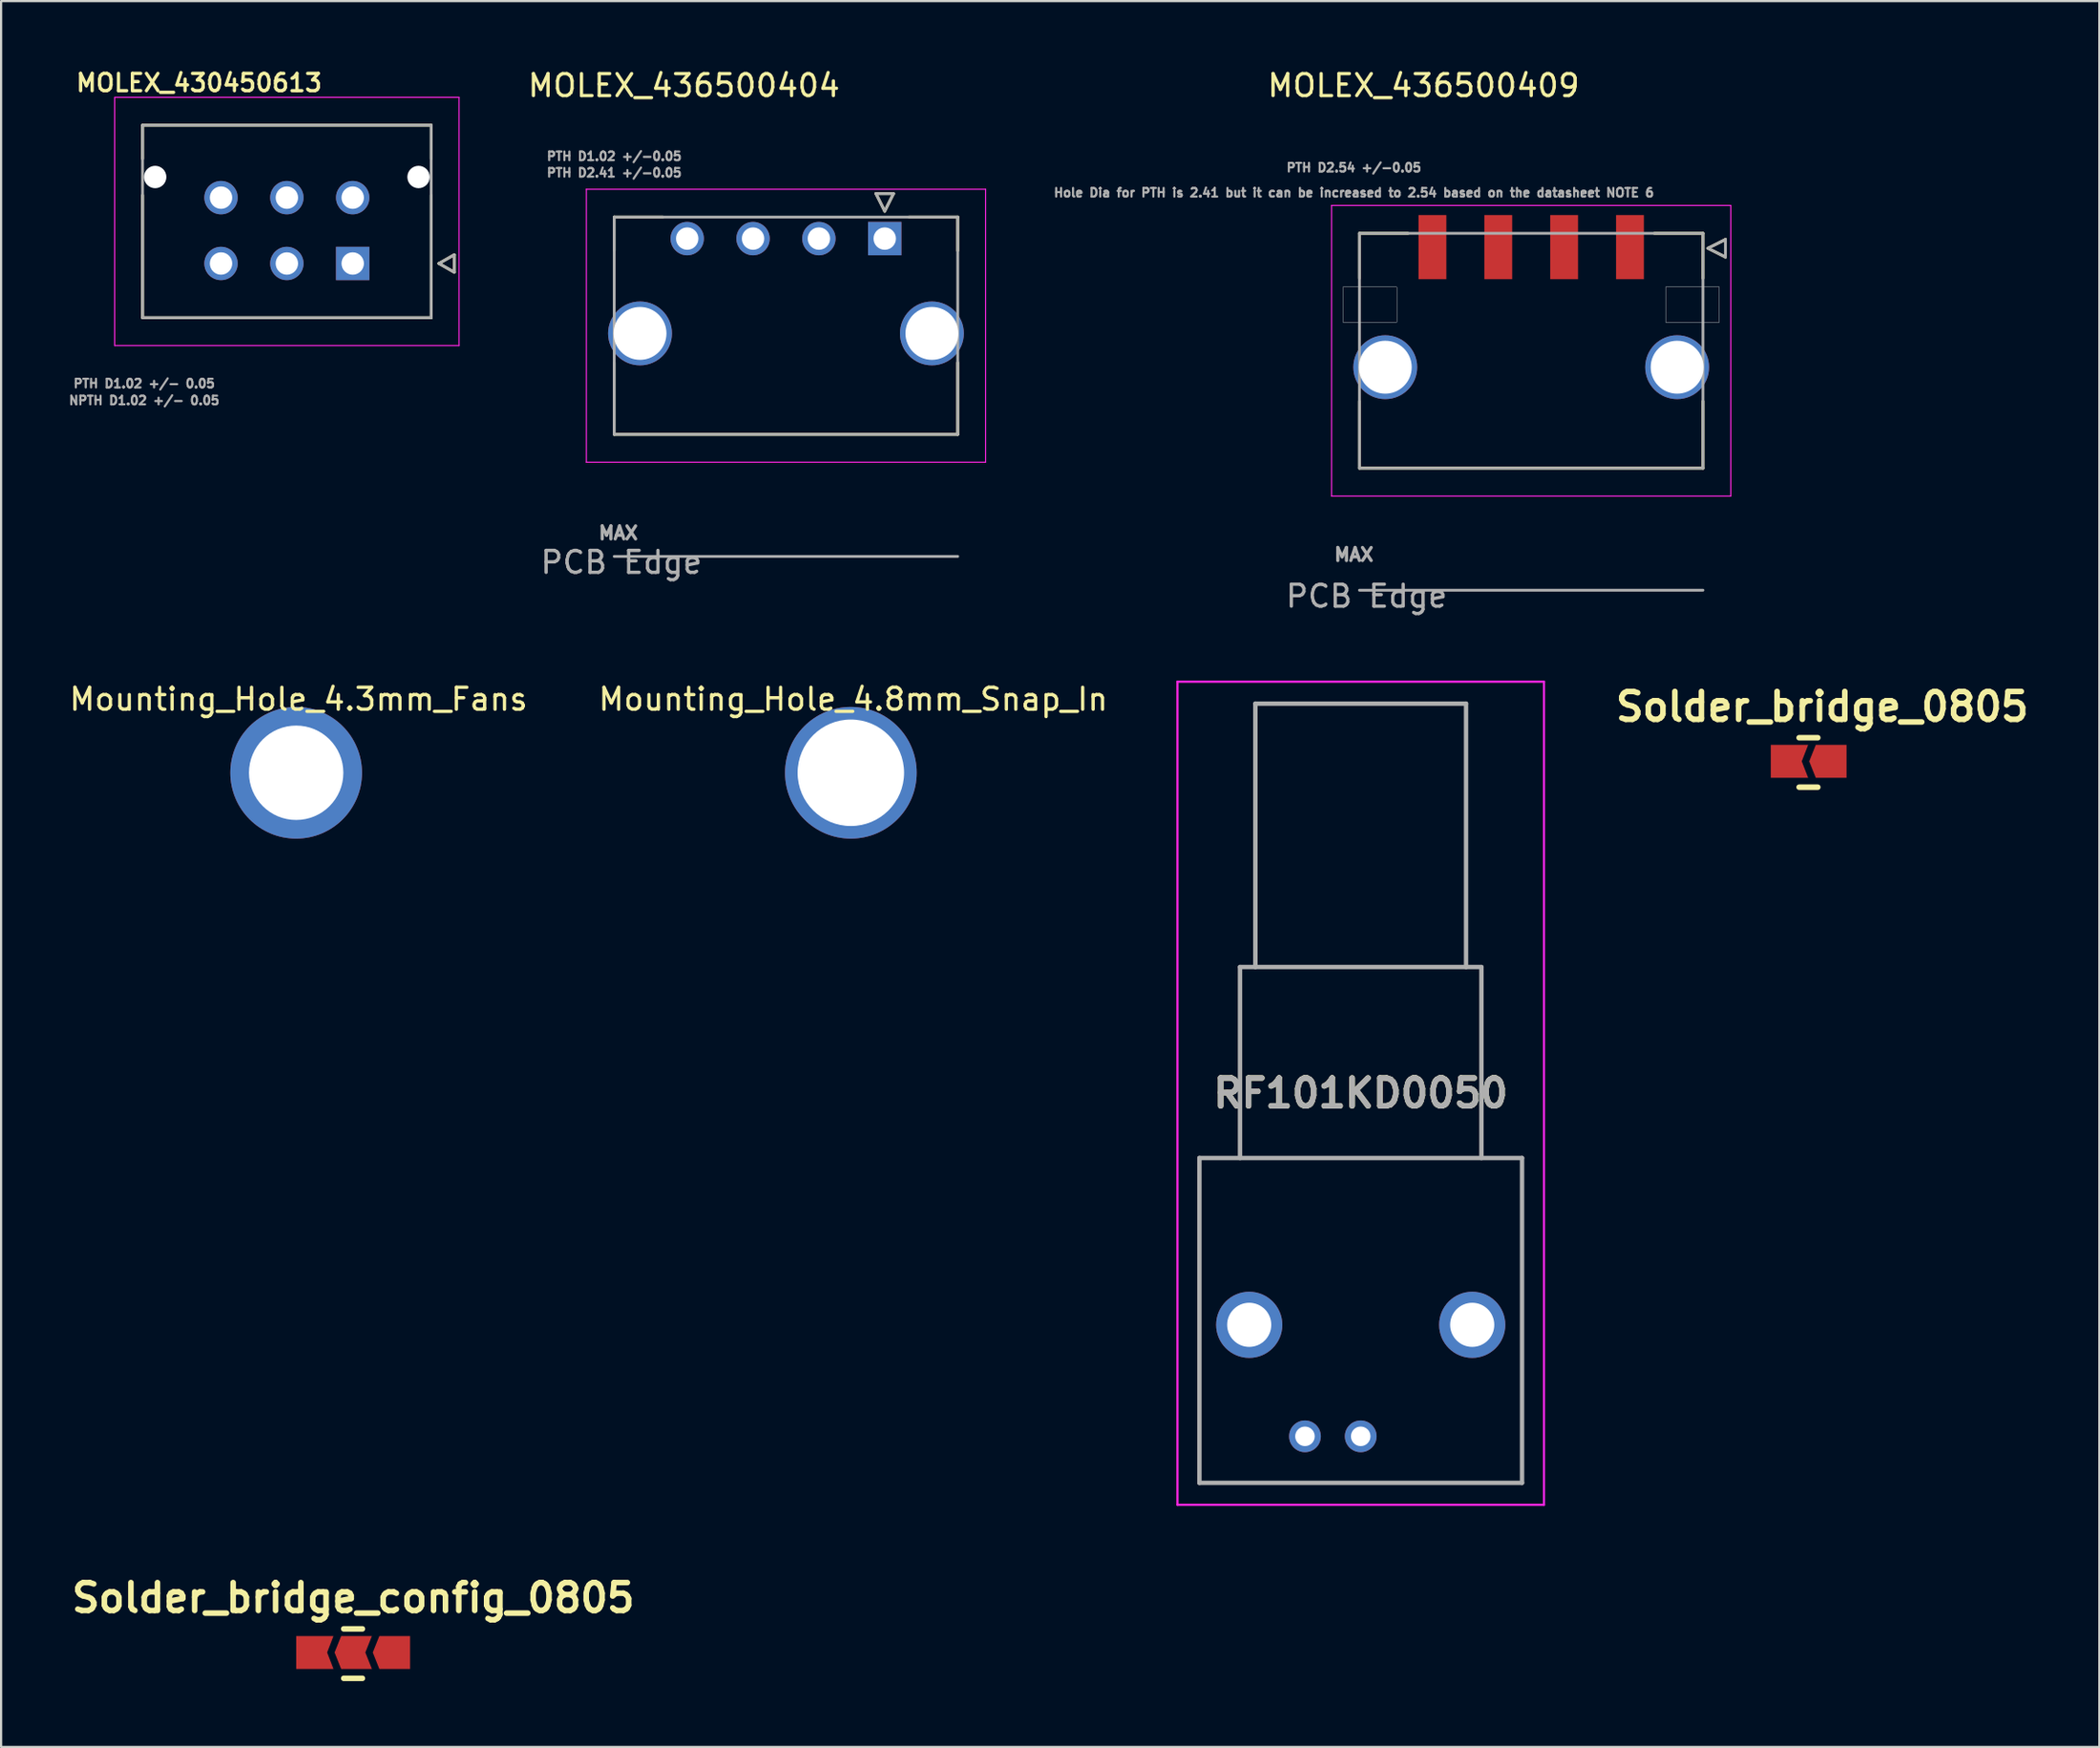
<source format=kicad_pcb>
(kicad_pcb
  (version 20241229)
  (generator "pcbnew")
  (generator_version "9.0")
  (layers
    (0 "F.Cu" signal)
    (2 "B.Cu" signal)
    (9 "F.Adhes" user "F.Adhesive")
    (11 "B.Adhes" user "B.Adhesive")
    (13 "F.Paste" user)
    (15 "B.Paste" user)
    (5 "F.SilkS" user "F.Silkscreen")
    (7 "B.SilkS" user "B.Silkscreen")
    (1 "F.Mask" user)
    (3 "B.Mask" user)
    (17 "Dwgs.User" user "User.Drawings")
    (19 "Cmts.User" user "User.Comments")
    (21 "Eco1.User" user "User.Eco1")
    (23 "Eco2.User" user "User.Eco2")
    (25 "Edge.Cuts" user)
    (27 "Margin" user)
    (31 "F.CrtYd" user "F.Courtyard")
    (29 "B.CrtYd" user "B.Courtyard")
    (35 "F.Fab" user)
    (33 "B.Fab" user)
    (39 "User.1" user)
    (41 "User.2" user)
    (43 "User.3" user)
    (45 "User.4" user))
  (footprint "Mounting_Hole_4.3mm_Fans"
    (layer "F.Cu")
    (at 10.444 32.147)
    (property "Reference" "Mounting_Hole_4.3mm_Fans" (at 0.11 -3.34 0) (layer "F.SilkS") (effects (font (size 1 1) (thickness 0.15))))
    (attr through_hole)
    (pad "1" thru_hole circle (at 0 0.01) (size 6 6) (drill 4.3) (layers "*.Cu" "*.Mask")))
  (footprint "MOLEX_436500409"
    (layer "F.Cu")
    (at 66.716 13.33)
    (property "Reference" "MOLEX_436500409" (at -4.904 -12.482 0) (layer "F.SilkS") (effects (font (size 1 1) (thickness 0.15))))
    (attr smd)
    (fp_circle (center -6.65 0.35) (end -5.884 0.35) (stroke (width 1.531) (type solid)) (fill no) (layer "F.Mask"))
    (fp_circle (center 6.65 0.35) (end 7.416 0.35) (stroke (width 1.531) (type solid)) (fill no) (layer "F.Mask"))
    (fp_poly (pts (xy -5.211 -6.656) (xy -3.789 -6.656) (xy -3.789 -3.584) (xy -5.211 -3.584)) (stroke (width 0.01) (type solid)) (fill yes) (layer "F.Mask"))
    (fp_poly (pts (xy -2.211 -6.656) (xy -0.789 -6.656) (xy -0.789 -3.584) (xy -2.211 -3.584)) (stroke (width 0.01) (type solid)) (fill yes) (layer "F.Mask"))
    (fp_poly (pts (xy 0.789 -6.656) (xy 2.211 -6.656) (xy 2.211 -3.584) (xy 0.789 -3.584)) (stroke (width 0.01) (type solid)) (fill yes) (layer "F.Mask"))
    (fp_poly (pts (xy 3.789 -6.656) (xy 5.211 -6.656) (xy 5.211 -3.584) (xy 3.789 -3.584)) (stroke (width 0.01) (type solid)) (fill yes) (layer "F.Mask"))
    (fp_circle (center -6.65 0.35) (end -5.884 0.35) (stroke (width 1.531) (type solid)) (fill no) (layer "B.Mask"))
    (fp_circle (center 6.65 0.35) (end 7.416 0.35) (stroke (width 1.531) (type solid)) (fill no) (layer "B.Mask"))
    (fp_line (start -7.825 -5.75) (end -7.825 -3.7) (stroke (width 0.127) (type solid)) (layer "F.SilkS"))
    (fp_line (start -7.825 -5.75) (end -5.61 -5.75) (stroke (width 0.127) (type solid)) (layer "F.SilkS"))
    (fp_line (start -7.825 1.9) (end -7.825 4.95) (stroke (width 0.127) (type solid)) (layer "F.SilkS"))
    (fp_line (start 7.825 -5.75) (end 5.61 -5.75) (stroke (width 0.127) (type solid)) (layer "F.SilkS"))
    (fp_line (start 7.825 -5.75) (end 7.825 -3.7) (stroke (width 0.127) (type solid)) (layer "F.SilkS"))
    (fp_line (start 7.825 4.95) (end -7.825 4.95) (stroke (width 0.127) (type solid)) (layer "F.SilkS"))
    (fp_line (start 7.825 4.95) (end 7.825 1.9) (stroke (width 0.127) (type solid)) (layer "F.SilkS"))
    (fp_line (start 8.05 -5.07) (end 8.85 -5.47) (stroke (width 0.127) (type solid)) (layer "F.SilkS"))
    (fp_line (start 8.85 -5.47) (end 8.85 -4.67) (stroke (width 0.127) (type solid)) (layer "F.SilkS"))
    (fp_line (start 8.85 -4.67) (end 8.05 -5.07) (stroke (width 0.127) (type solid)) (layer "F.SilkS"))
    (fp_poly (pts (xy -8.575 -3.3) (xy -6.125 -3.3) (xy -6.125 -1.7) (xy -8.575 -1.7)) (stroke (width 0.01) (type solid)) (fill no) (layer "Dwgs.User"))
    (fp_poly (pts (xy -8.575 -3.3) (xy -6.125 -3.3) (xy -6.125 -1.7) (xy -8.575 -1.7)) (stroke (width 0.01) (type solid)) (fill no) (layer "Dwgs.User"))
    (fp_poly (pts (xy 6.125 -3.3) (xy 8.575 -3.3) (xy 8.575 -1.7) (xy 6.125 -1.7)) (stroke (width 0.01) (type solid)) (fill no) (layer "Dwgs.User"))
    (fp_poly (pts (xy 6.125 -3.3) (xy 8.575 -3.3) (xy 8.575 -1.7) (xy 6.125 -1.7)) (stroke (width 0.01) (type solid)) (fill no) (layer "Dwgs.User"))
    (fp_line (start -9.095 -7.02) (end 9.095 -7.02) (stroke (width 0.05) (type solid)) (layer "F.CrtYd"))
    (fp_line (start -9.095 6.22) (end -9.095 -7.02) (stroke (width 0.05) (type solid)) (layer "F.CrtYd"))
    (fp_line (start 9.095 6.22) (end -9.095 6.22) (stroke (width 0.05) (type solid)) (layer "F.CrtYd"))
    (fp_line (start 9.095 6.22) (end 9.095 -7.02) (stroke (width 0.05) (type solid)) (layer "F.CrtYd"))
    (fp_line (start -7.825 -5.75) (end 7.825 -5.75) (stroke (width 0.127) (type solid)) (layer "F.Fab"))
    (fp_line (start -7.825 4.95) (end -7.825 -5.75) (stroke (width 0.127) (type solid)) (layer "F.Fab"))
    (fp_line (start 7.825 4.95) (end -7.825 4.95) (stroke (width 0.127) (type solid)) (layer "F.Fab"))
    (fp_line (start 7.825 4.95) (end 7.825 -5.75) (stroke (width 0.127) (type solid)) (layer "F.Fab"))
    (fp_line (start 7.825 10.51) (end -7.825 10.51) (stroke (width 0.127) (type solid)) (layer "F.Fab"))
    (fp_line (start 8.05 -5.07) (end 8.85 -5.47) (stroke (width 0.127) (type solid)) (layer "F.Fab"))
    (fp_line (start 8.85 -5.47) (end 8.85 -4.67) (stroke (width 0.127) (type solid)) (layer "F.Fab"))
    (fp_line (start 8.85 -4.67) (end 8.05 -5.07) (stroke (width 0.127) (type solid)) (layer "F.Fab"))
    (fp_text user "PCB Edge" (at -7.5 10.78 0) (layer "F.Fab") (effects (font (size 1 1) (thickness 0.15))))
    (fp_text user "Hole Dia for PTH is 2.41 but it can be increased to 2.54 based on the datasheet NOTE 6" (at -8.079 -7.601 0) (layer "F.Fab") (effects (font (size 0.394 0.394) (thickness 0.15))))
    (fp_text user "PTH D2.54 +/-0.05" (at -8.079 -8.744 0) (layer "F.Fab") (effects (font (size 0.394 0.394) (thickness 0.15))))
    (fp_text user "MAX" (at -8.08 8.89 0) (layer "F.Fab") (effects (font (size 0.591 0.591) (thickness 0.15))))
    (pad "1" smd rect (at 4.5 -5.12) (size 1.27 2.92) (layers "F.Cu" "F.Paste"))
    (pad "2" smd rect (at 1.5 -5.12) (size 1.27 2.92) (layers "F.Cu" "F.Paste"))
    (pad "3" smd rect (at -1.5 -5.12) (size 1.27 2.92) (layers "F.Cu" "F.Paste"))
    (pad "4" smd rect (at -4.5 -5.12) (size 1.27 2.92) (layers "F.Cu" "F.Paste"))
    (pad "S1" thru_hole circle (at 6.65 0.35) (size 2.91 2.91) (drill 2.41) (layers "*.Cu"))
    (pad "S2" thru_hole circle (at -6.65 0.35) (size 2.91 2.91) (drill 2.41) (layers "*.Cu")))
  (footprint "MOLEX_436500404"
    (layer "F.Cu")
    (at 37.261 7.82)
    (property "Reference" "MOLEX_436500404" (at -9.15 -6.972 0) (layer "F.SilkS") (effects (font (size 1 1) (thickness 0.15))))
    (attr through_hole)
    (fp_circle (center -11.15 4.32) (end -10.384 4.32) (stroke (width 1.531) (type solid)) (fill no) (layer "F.Mask"))
    (fp_circle (center -9 0) (end -8.582 0) (stroke (width 0.836) (type solid)) (fill no) (layer "F.Mask"))
    (fp_circle (center -6 0) (end -5.582 0) (stroke (width 0.836) (type solid)) (fill no) (layer "F.Mask"))
    (fp_circle (center -3 0) (end -2.582 0) (stroke (width 0.836) (type solid)) (fill no) (layer "F.Mask"))
    (fp_circle (center 2.15 4.32) (end 2.916 4.32) (stroke (width 1.531) (type solid)) (fill no) (layer "F.Mask"))
    (fp_poly (pts (xy -0.836 -0.836) (xy 0.836 -0.836) (xy 0.836 0.836) (xy -0.836 0.836)) (stroke (width 0.01) (type solid)) (fill yes) (layer "F.Mask"))
    (fp_circle (center -11.15 4.32) (end -10.384 4.32) (stroke (width 1.531) (type solid)) (fill no) (layer "B.Mask"))
    (fp_circle (center -9 0) (end -8.582 0) (stroke (width 0.836) (type solid)) (fill no) (layer "B.Mask"))
    (fp_circle (center -6 0) (end -5.582 0) (stroke (width 0.836) (type solid)) (fill no) (layer "B.Mask"))
    (fp_circle (center -3 0) (end -2.582 0) (stroke (width 0.836) (type solid)) (fill no) (layer "B.Mask"))
    (fp_circle (center 2.15 4.32) (end 2.916 4.32) (stroke (width 1.531) (type solid)) (fill no) (layer "B.Mask"))
    (fp_poly (pts (xy -0.836 -0.836) (xy 0.836 -0.836) (xy 0.836 0.836) (xy -0.836 0.836)) (stroke (width 0.01) (type solid)) (fill yes) (layer "B.Mask"))
    (fp_line (start -12.325 -0.98) (end -12.325 0.55) (stroke (width 0.127) (type solid)) (layer "F.SilkS"))
    (fp_line (start -12.325 -0.98) (end -10.11 -0.98) (stroke (width 0.127) (type solid)) (layer "F.SilkS"))
    (fp_line (start -12.325 5.65) (end -12.325 8.92) (stroke (width 0.127) (type solid)) (layer "F.SilkS"))
    (fp_line (start -0.4 -2.05) (end 0.4 -2.05) (stroke (width 0.127) (type solid)) (layer "F.SilkS"))
    (fp_line (start 0 -1.25) (end -0.4 -2.05) (stroke (width 0.127) (type solid)) (layer "F.SilkS"))
    (fp_line (start 0.4 -2.05) (end 0 -1.25) (stroke (width 0.127) (type solid)) (layer "F.SilkS"))
    (fp_line (start 3.325 -0.98) (end 1.11 -0.98) (stroke (width 0.127) (type solid)) (layer "F.SilkS"))
    (fp_line (start 3.325 -0.98) (end 3.325 0.55) (stroke (width 0.127) (type solid)) (layer "F.SilkS"))
    (fp_line (start 3.325 8.92) (end -12.325 8.92) (stroke (width 0.127) (type solid)) (layer "F.SilkS"))
    (fp_line (start 3.325 8.92) (end 3.325 5.65) (stroke (width 0.127) (type solid)) (layer "F.SilkS"))
    (fp_line (start -13.595 -2.25) (end 4.595 -2.25) (stroke (width 0.05) (type solid)) (layer "F.CrtYd"))
    (fp_line (start -13.595 10.19) (end -13.595 -2.25) (stroke (width 0.05) (type solid)) (layer "F.CrtYd"))
    (fp_line (start 4.595 10.19) (end -13.595 10.19) (stroke (width 0.05) (type solid)) (layer "F.CrtYd"))
    (fp_line (start 4.595 10.19) (end 4.595 -2.25) (stroke (width 0.05) (type solid)) (layer "F.CrtYd"))
    (fp_line (start -12.325 -0.98) (end 3.325 -0.98) (stroke (width 0.127) (type solid)) (layer "F.Fab"))
    (fp_line (start -12.325 8.92) (end -12.325 -0.98) (stroke (width 0.127) (type solid)) (layer "F.Fab"))
    (fp_line (start -0.4 -2.05) (end 0.4 -2.05) (stroke (width 0.127) (type solid)) (layer "F.Fab"))
    (fp_line (start 0 -1.25) (end -0.4 -2.05) (stroke (width 0.127) (type solid)) (layer "F.Fab"))
    (fp_line (start 0.4 -2.05) (end 0 -1.25) (stroke (width 0.127) (type solid)) (layer "F.Fab"))
    (fp_line (start 3.325 8.92) (end -12.325 8.92) (stroke (width 0.127) (type solid)) (layer "F.Fab"))
    (fp_line (start 3.325 8.92) (end 3.325 -0.98) (stroke (width 0.127) (type solid)) (layer "F.Fab"))
    (fp_line (start 3.325 14.48) (end -12.325 14.48) (stroke (width 0.127) (type solid)) (layer "F.Fab"))
    (fp_text user "PTH D1.02 +/-0.05" (at -12.325 -3.75 0) (layer "F.Fab") (effects (font (size 0.394 0.394) (thickness 0.15))))
    (fp_text user "PTH D2.41 +/-0.05" (at -12.325 -3 0) (layer "F.Fab") (effects (font (size 0.394 0.394) (thickness 0.15))))
    (fp_text user "MAX" (at -12.14 13.415 0) (layer "F.Fab") (effects (font (size 0.591 0.591) (thickness 0.15))))
    (fp_text user "PCB Edge" (at -12 14.75 0) (layer "F.Fab") (effects (font (size 1 1) (thickness 0.15))))
    (pad "1" thru_hole rect (at 0 0) (size 1.52 1.52) (drill 1.02) (layers "*.Cu"))
    (pad "2" thru_hole circle (at -3 0) (size 1.52 1.52) (drill 1.02) (layers "*.Cu"))
    (pad "3" thru_hole circle (at -6 0) (size 1.52 1.52) (drill 1.02) (layers "*.Cu"))
    (pad "4" thru_hole circle (at -9 0) (size 1.52 1.52) (drill 1.02) (layers "*.Cu"))
    (pad "S1" thru_hole circle (at 2.15 4.32) (size 2.91 2.91) (drill 2.41) (layers "*.Cu"))
    (pad "S2" thru_hole circle (at -11.15 4.32) (size 2.91 2.91) (drill 2.41) (layers "*.Cu"))
    (zone (net_name "") (layer "F.Cu") (hatch full 0.508) (connect_pads) (min_thickness 0.01) (filled_areas_thickness no) (keepout (tracks not_allowed) (vias not_allowed) (pads not_allowed) (copperpour not_allowed) (footprints allowed)) (placement (enabled no)) (fill) (polygon (pts (xy 24.186 8.49) (xy 26.636 8.49) (xy 26.636 10.09) (xy 24.186 10.09))))
    (zone (net_name "") (layer "F.Cu") (hatch full 0.508) (connect_pads) (min_thickness 0.01) (filled_areas_thickness no) (keepout (tracks not_allowed) (vias not_allowed) (pads not_allowed) (copperpour not_allowed) (footprints allowed)) (placement (enabled no)) (fill) (polygon (pts (xy 38.886 8.49) (xy 41.336 8.49) (xy 41.336 10.09) (xy 38.886 10.09))))
    (zone (net_name "") (layers "F.Cu" "B.Cu") (hatch full 0.508) (connect_pads) (min_thickness 0.01) (filled_areas_thickness no) (keepout (tracks allowed) (vias not_allowed) (pads allowed) (copperpour allowed) (footprints allowed)) (placement (enabled no)) (fill) (polygon (pts (xy 24.186 8.49) (xy 26.636 8.49) (xy 26.636 10.09) (xy 24.186 10.09))))
    (zone (net_name "") (layers "F.Cu" "B.Cu") (hatch full 0.508) (connect_pads) (min_thickness 0.01) (filled_areas_thickness no) (keepout (tracks allowed) (vias not_allowed) (pads allowed) (copperpour allowed) (footprints allowed)) (placement (enabled no)) (fill) (polygon (pts (xy 38.886 8.49) (xy 41.336 8.49) (xy 41.336 10.09) (xy 38.886 10.09)))))
  (footprint "Solder_bridge_config_0805"
    (layer "F.Cu")
    (at 13.045 72.236)
    (property "Reference" "Solder_bridge_config_0805" (at 0 -2.489 0) (layer "F.SilkS") (effects (font (size 1.27 1.27) (thickness 0.254))))
    (attr smd)
    (fp_line (start -0.434 -1.076) (end 0.416 -1.076) (stroke (width 0.254) (type solid)) (layer "F.SilkS"))
    (fp_line (start -0.434 1.178) (end 0.416 1.178) (stroke (width 0.254) (type solid)) (layer "F.SilkS"))
    (pad "1" smd custom (at -1.9 0) (size 1.4 1.5) (layers "F.Cu" "F.Mask" "F.Paste") (options (anchor rect)) (primitives (gr_poly (pts (xy 1 -0.75) (xy 0.71 0) (xy 1 0.75) (xy 0.7 0.75) (xy 0.7 -0.75)) (width 0) (fill yes))))
    (pad "2" smd custom (at 0 0) (size 1.1 1.5) (layers "F.Cu" "F.Mask" "F.Paste") (options (anchor rect)) (primitives (gr_poly (pts (xy -0.55 -0.75) (xy -0.85 0) (xy -0.55 0.75) (xy 0.85 0.75) (xy 0.55 0) (xy 0.85 -0.75)) (width 0) (fill yes))))
    (pad "3" smd custom (at 1.89 0) (size 1.4 1.5) (layers "F.Cu" "F.Mask" "F.Paste") (options (anchor rect)) (primitives (gr_poly (pts (xy -0.7 0.75) (xy -0.7 -0.75) (xy -1 0)) (width 0) (fill yes)))))
  (footprint "MOLEX_430450613"
    (layer "F.Cu")
    (at 13.02 8.954)
    (property "Reference" "MOLEX_430450613" (at -7 -8.23 0) (layer "F.SilkS") (effects (font (size 0.787 0.787) (thickness 0.15))))
    (attr through_hole)
    (fp_circle (center -9 -3.94) (end -8.707 -3.94) (stroke (width 0.586) (type solid)) (fill no) (layer "F.Mask"))
    (fp_circle (center -6 -3) (end -5.582 -3) (stroke (width 0.836) (type solid)) (fill no) (layer "F.Mask"))
    (fp_circle (center -6 0) (end -5.582 0) (stroke (width 0.836) (type solid)) (fill no) (layer "F.Mask"))
    (fp_circle (center -3 -3) (end -2.582 -3) (stroke (width 0.836) (type solid)) (fill no) (layer "F.Mask"))
    (fp_circle (center -3 0) (end -2.582 0) (stroke (width 0.836) (type solid)) (fill no) (layer "F.Mask"))
    (fp_circle (center 0 -3) (end 0.418 -3) (stroke (width 0.836) (type solid)) (fill no) (layer "F.Mask"))
    (fp_circle (center 3 -3.94) (end 3.293 -3.94) (stroke (width 0.586) (type solid)) (fill no) (layer "F.Mask"))
    (fp_poly (pts (xy -0.836 -0.836) (xy 0.836 -0.836) (xy 0.836 0.836) (xy -0.836 0.836)) (stroke (width 0.01) (type solid)) (fill yes) (layer "F.Mask"))
    (fp_circle (center -9 -3.94) (end -8.707 -3.94) (stroke (width 0.586) (type solid)) (fill no) (layer "B.Mask"))
    (fp_circle (center -6 -3) (end -5.582 -3) (stroke (width 0.836) (type solid)) (fill no) (layer "B.Mask"))
    (fp_circle (center -6 0) (end -5.582 0) (stroke (width 0.836) (type solid)) (fill no) (layer "B.Mask"))
    (fp_circle (center -3 -3) (end -2.582 -3) (stroke (width 0.836) (type solid)) (fill no) (layer "B.Mask"))
    (fp_circle (center -3 0) (end -2.582 0) (stroke (width 0.836) (type solid)) (fill no) (layer "B.Mask"))
    (fp_circle (center 0 -3) (end 0.418 -3) (stroke (width 0.836) (type solid)) (fill no) (layer "B.Mask"))
    (fp_circle (center 3 -3.94) (end 3.293 -3.94) (stroke (width 0.586) (type solid)) (fill no) (layer "B.Mask"))
    (fp_poly (pts (xy -0.836 -0.836) (xy 0.836 -0.836) (xy 0.836 0.836) (xy -0.836 0.836)) (stroke (width 0.01) (type solid)) (fill yes) (layer "B.Mask"))
    (fp_line (start -9.575 -6.3) (end 3.575 -6.3) (stroke (width 0.127) (type solid)) (layer "F.SilkS"))
    (fp_line (start -9.575 -4.77) (end -9.575 -6.3) (stroke (width 0.127) (type solid)) (layer "F.SilkS"))
    (fp_line (start -9.575 2.47) (end -9.575 -3.11) (stroke (width 0.127) (type solid)) (layer "F.SilkS"))
    (fp_line (start 3.575 -6.3) (end 3.575 -4.77) (stroke (width 0.127) (type solid)) (layer "F.SilkS"))
    (fp_line (start 3.575 -3.11) (end 3.575 2.47) (stroke (width 0.127) (type solid)) (layer "F.SilkS"))
    (fp_line (start 3.575 2.47) (end -9.575 2.47) (stroke (width 0.127) (type solid)) (layer "F.SilkS"))
    (fp_line (start 3.93 0) (end 4.63 0.4) (stroke (width 0.127) (type solid)) (layer "F.SilkS"))
    (fp_line (start 4.63 -0.4) (end 3.93 0) (stroke (width 0.127) (type solid)) (layer "F.SilkS"))
    (fp_line (start 4.63 0.4) (end 4.63 -0.4) (stroke (width 0.127) (type solid)) (layer "F.SilkS"))
    (fp_line (start -10.845 -7.57) (end 4.845 -7.57) (stroke (width 0.05) (type solid)) (layer "F.CrtYd"))
    (fp_line (start -10.845 3.74) (end -10.845 -7.57) (stroke (width 0.05) (type solid)) (layer "F.CrtYd"))
    (fp_line (start 4.845 -7.57) (end 4.845 3.74) (stroke (width 0.05) (type solid)) (layer "F.CrtYd"))
    (fp_line (start 4.845 3.74) (end -10.845 3.74) (stroke (width 0.05) (type solid)) (layer "F.CrtYd"))
    (fp_line (start -9.575 -6.3) (end -9.575 2.47) (stroke (width 0.127) (type solid)) (layer "F.Fab"))
    (fp_line (start -9.575 2.47) (end 3.575 2.47) (stroke (width 0.127) (type solid)) (layer "F.Fab"))
    (fp_line (start 3.575 -6.3) (end -9.575 -6.3) (stroke (width 0.127) (type solid)) (layer "F.Fab"))
    (fp_line (start 3.575 2.47) (end 3.575 -6.3) (stroke (width 0.127) (type solid)) (layer "F.Fab"))
    (fp_line (start 3.93 0) (end 4.63 0.4) (stroke (width 0.127) (type solid)) (layer "F.Fab"))
    (fp_line (start 4.63 -0.4) (end 3.93 0) (stroke (width 0.127) (type solid)) (layer "F.Fab"))
    (fp_line (start 4.63 0.4) (end 4.63 -0.4) (stroke (width 0.127) (type solid)) (layer "F.Fab"))
    (fp_text user "PTH D1.02 +/- 0.05" (at -9.5 5.47 0) (layer "F.Fab") (effects (font (size 0.394 0.394) (thickness 0.15))))
    (fp_text user "NPTH D1.02 +/- 0.05" (at -9.5 6.24 0) (layer "F.Fab") (effects (font (size 0.394 0.394) (thickness 0.15))))
    (pad "" np_thru_hole circle (at -9 -3.94) (size 1.02 1.02) (drill 1.02) (layers "*.Cu" "*.Mask"))
    (pad "" np_thru_hole circle (at 3 -3.94) (size 1.02 1.02) (drill 1.02) (layers "*.Cu" "*.Mask"))
    (pad "1" thru_hole rect (at 0 0) (size 1.52 1.52) (drill 1.02) (layers "*.Cu"))
    (pad "2" thru_hole circle (at -3 0) (size 1.52 1.52) (drill 1.02) (layers "*.Cu"))
    (pad "3" thru_hole circle (at -6 0) (size 1.52 1.52) (drill 1.02) (layers "*.Cu"))
    (pad "4" thru_hole circle (at 0 -3) (size 1.52 1.52) (drill 1.02) (layers "*.Cu"))
    (pad "5" thru_hole circle (at -3 -3) (size 1.52 1.52) (drill 1.02) (layers "*.Cu"))
    (pad "6" thru_hole circle (at -6 -3) (size 1.52 1.52) (drill 1.02) (layers "*.Cu")))
  (footprint "Mounting_Hole_4.8mm_Snap_In"
    (layer "F.Cu")
    (at 35.717 32.147)
    (property "Reference" "Mounting_Hole_4.8mm_Snap_In" (at 0.11 -3.34 0) (layer "F.SilkS") (effects (font (size 1 1) (thickness 0.15))))
    (attr through_hole)
    (pad "1" thru_hole circle (at 0 0.01) (size 6 6) (drill 4.851) (layers "*.Cu" "*.Mask")))
  (footprint "RF101KD0050"
    (layer "F.Cu")
    (at 58.948 62.388)
    (property "Reference" "RF101KD0050" (at 0 -15.63 0) (layer "F.SilkS") (effects (font (size 1.27 1.27) (thickness 0.254))))
    (attr through_hole)
    (fp_line (start -7.35 -12.68) (end 7.35 -12.68) (stroke (width 0.1) (type solid)) (layer "F.SilkS"))
    (fp_line (start -7.35 2.12) (end -7.35 -12.68) (stroke (width 0.1) (type solid)) (layer "F.SilkS"))
    (fp_line (start -5.5 -21.38) (end 5.5 -21.38) (stroke (width 0.1) (type solid)) (layer "F.SilkS"))
    (fp_line (start -5.5 -12.68) (end -5.5 -21.38) (stroke (width 0.1) (type solid)) (layer "F.SilkS"))
    (fp_line (start -4.8 -33.38) (end 4.8 -33.38) (stroke (width 0.1) (type solid)) (layer "F.SilkS"))
    (fp_line (start -4.8 -21.38) (end -4.8 -33.38) (stroke (width 0.1) (type solid)) (layer "F.SilkS"))
    (fp_line (start 4.8 -33.38) (end 4.8 -21.38) (stroke (width 0.1) (type solid)) (layer "F.SilkS"))
    (fp_line (start 5.5 -21.38) (end 5.5 -12.68) (stroke (width 0.1) (type solid)) (layer "F.SilkS"))
    (fp_line (start 7.35 -12.68) (end 7.35 2.12) (stroke (width 0.1) (type solid)) (layer "F.SilkS"))
    (fp_line (start 7.35 2.12) (end -7.35 2.12) (stroke (width 0.1) (type solid)) (layer "F.SilkS"))
    (fp_line (start -8.35 -34.38) (end 8.35 -34.38) (stroke (width 0.1) (type solid)) (layer "F.CrtYd"))
    (fp_line (start -8.35 3.12) (end -8.35 -34.38) (stroke (width 0.1) (type solid)) (layer "F.CrtYd"))
    (fp_line (start 8.35 -34.38) (end 8.35 3.12) (stroke (width 0.1) (type solid)) (layer "F.CrtYd"))
    (fp_line (start 8.35 3.12) (end -8.35 3.12) (stroke (width 0.1) (type solid)) (layer "F.CrtYd"))
    (fp_line (start -7.35 -12.68) (end 7.35 -12.68) (stroke (width 0.2) (type solid)) (layer "F.Fab"))
    (fp_line (start -7.35 2.12) (end -7.35 -12.68) (stroke (width 0.2) (type solid)) (layer "F.Fab"))
    (fp_line (start -5.5 -21.38) (end 5.5 -21.38) (stroke (width 0.2) (type solid)) (layer "F.Fab"))
    (fp_line (start -5.5 -12.68) (end -5.5 -21.38) (stroke (width 0.2) (type solid)) (layer "F.Fab"))
    (fp_line (start -4.8 -33.38) (end 4.8 -33.38) (stroke (width 0.2) (type solid)) (layer "F.Fab"))
    (fp_line (start -4.8 -21.38) (end -4.8 -33.38) (stroke (width 0.2) (type solid)) (layer "F.Fab"))
    (fp_line (start 4.8 -33.38) (end 4.8 -21.38) (stroke (width 0.2) (type solid)) (layer "F.Fab"))
    (fp_line (start 5.5 -21.38) (end 5.5 -12.68) (stroke (width 0.2) (type solid)) (layer "F.Fab"))
    (fp_line (start 7.35 -12.68) (end 7.35 2.12) (stroke (width 0.2) (type solid)) (layer "F.Fab"))
    (fp_line (start 7.35 2.12) (end -7.35 2.12) (stroke (width 0.2) (type solid)) (layer "F.Fab"))
    (fp_text user "${REFERENCE}" (at 0 -15.63 0) (layer "F.Fab") (effects (font (size 1.27 1.27) (thickness 0.254))))
    (pad "1" thru_hole circle (at 0 0) (size 1.446 1.446) (drill 0.89) (layers "*.Cu" "*.Mask"))
    (pad "2" thru_hole circle (at -2.54 0) (size 1.446 1.446) (drill 0.89) (layers "*.Cu" "*.Mask"))
    (pad "MH" thru_hole circle (at -5.08 -5.08) (size 3.015 3.015) (drill 2.01) (layers "*.Cu" "*.Mask"))
    (pad "MH" thru_hole circle (at 5.08 -5.08) (size 3.015 3.015) (drill 2.01) (layers "*.Cu" "*.Mask")))
  (footprint "Solder_bridge_0805"
    (layer "F.Cu")
    (at 79.358 31.636)
    (property "Reference" "Solder_bridge_0805" (at 0.617 -2.489 0) (layer "F.SilkS") (effects (font (size 1.27 1.27) (thickness 0.254))))
    (attr smd)
    (fp_line (start -0.434 -1.076) (end 0.416 -1.076) (stroke (width 0.254) (type solid)) (layer "F.SilkS"))
    (fp_line (start -0.434 1.178) (end 0.416 1.178) (stroke (width 0.254) (type solid)) (layer "F.SilkS"))
    (pad "1" smd custom (at -1.025 0) (size 1.4 1.5) (layers "F.Cu" "F.Mask" "F.Paste") (options (anchor rect)) (primitives (gr_poly (pts (xy 1 -0.75) (xy 0.71 0) (xy 1 0.75) (xy 0.7 0.75) (xy 0.7 -0.75)) (width 0) (fill yes))))
    (pad "2" smd custom (at 1.025 0) (size 1.4 1.5) (layers "F.Cu" "F.Mask" "F.Paste") (options (anchor rect)) (primitives (gr_poly (pts (xy -0.7 0.75) (xy -0.7 -0.75) (xy -1 0)) (width 0) (fill yes)))))
  (gr_rect
    (start -3 -3)
    (end 92.603 76.541)
    (stroke (width 0.1) (type default))
    (fill no)
    (layer "Edge.Cuts")))
</source>
